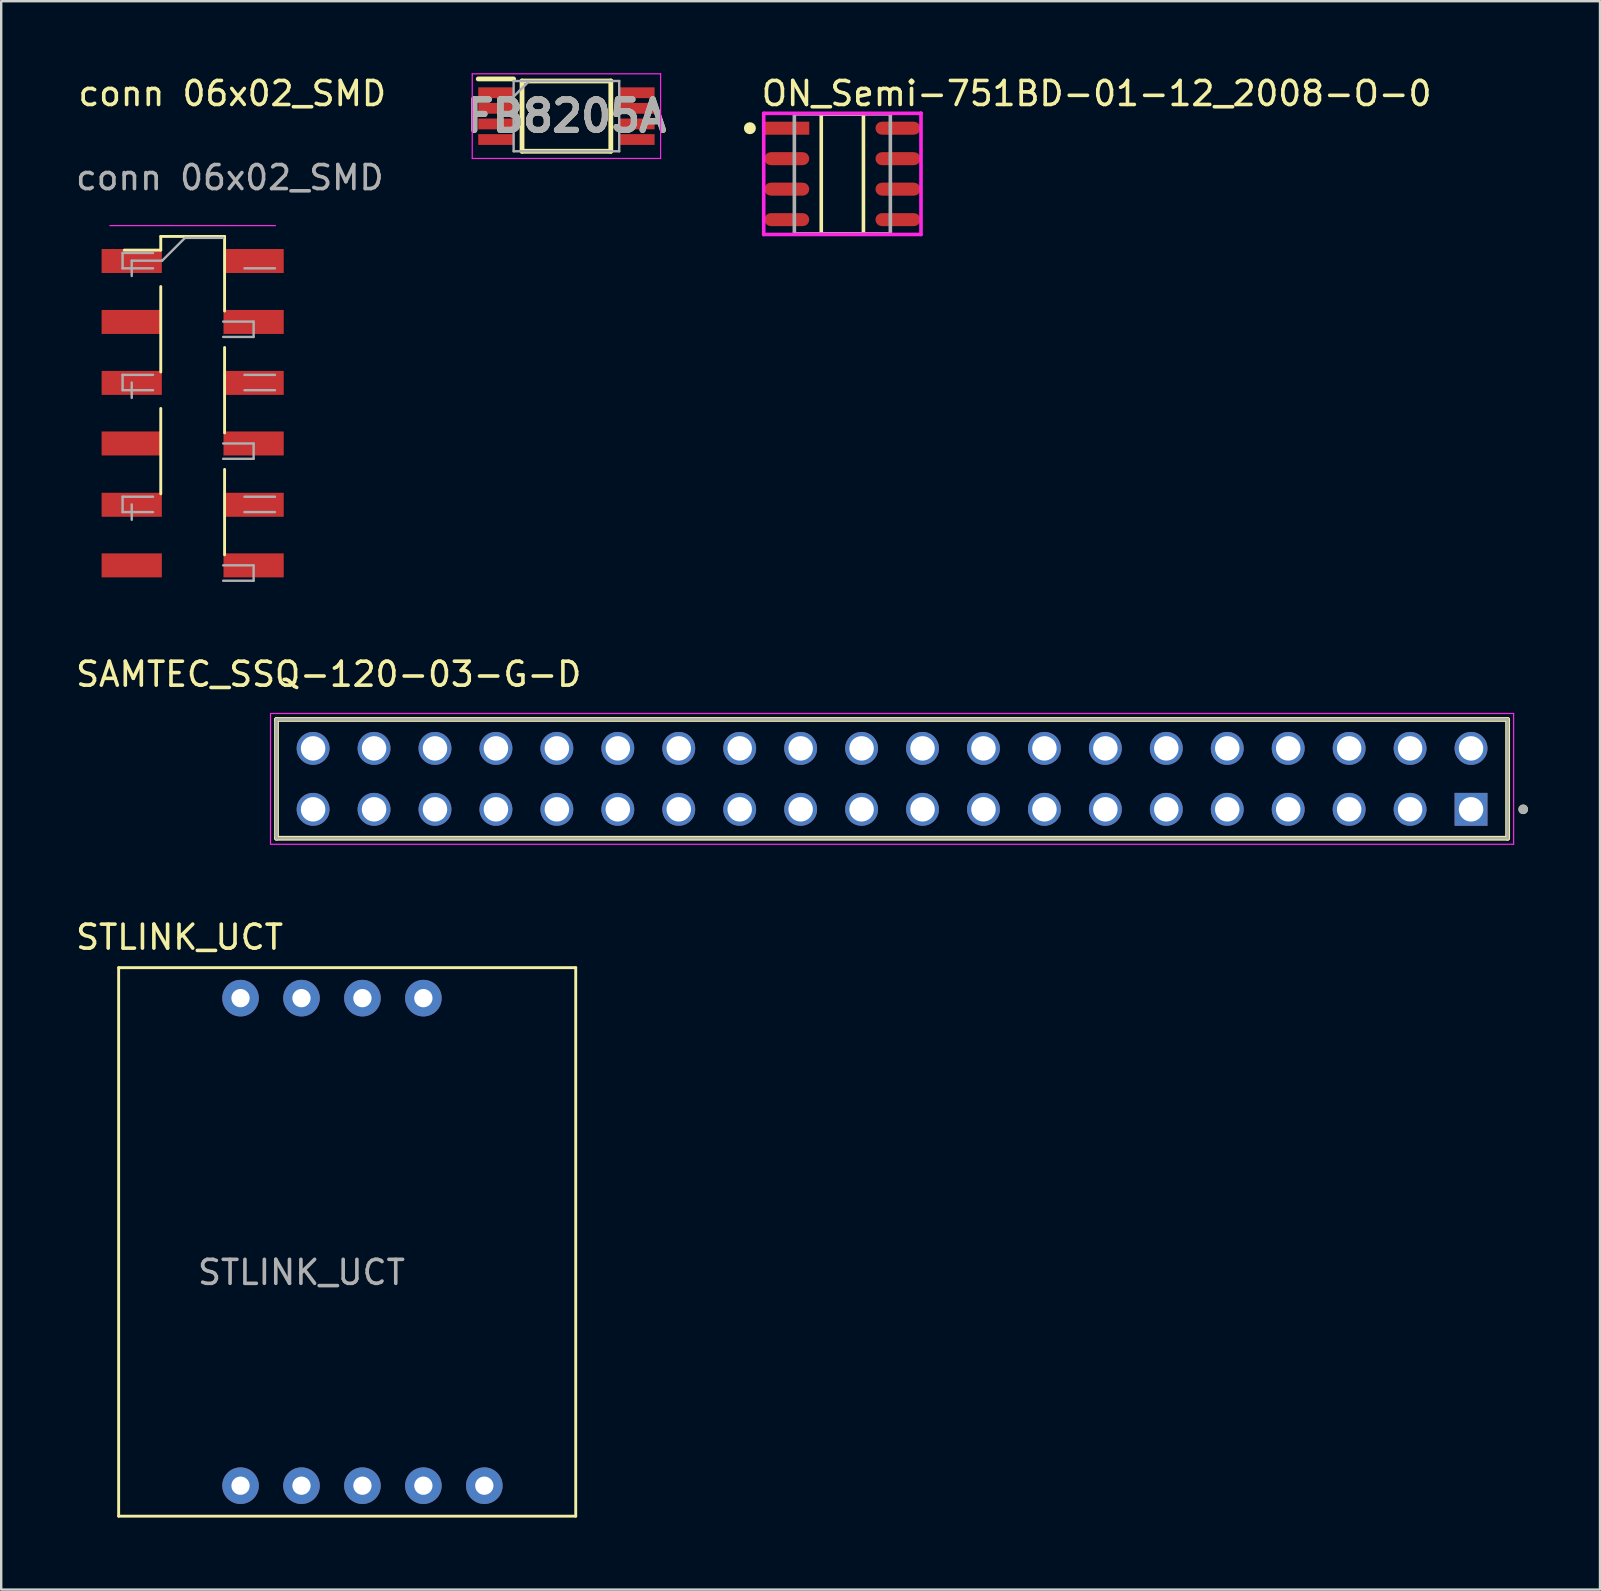
<source format=kicad_pcb>
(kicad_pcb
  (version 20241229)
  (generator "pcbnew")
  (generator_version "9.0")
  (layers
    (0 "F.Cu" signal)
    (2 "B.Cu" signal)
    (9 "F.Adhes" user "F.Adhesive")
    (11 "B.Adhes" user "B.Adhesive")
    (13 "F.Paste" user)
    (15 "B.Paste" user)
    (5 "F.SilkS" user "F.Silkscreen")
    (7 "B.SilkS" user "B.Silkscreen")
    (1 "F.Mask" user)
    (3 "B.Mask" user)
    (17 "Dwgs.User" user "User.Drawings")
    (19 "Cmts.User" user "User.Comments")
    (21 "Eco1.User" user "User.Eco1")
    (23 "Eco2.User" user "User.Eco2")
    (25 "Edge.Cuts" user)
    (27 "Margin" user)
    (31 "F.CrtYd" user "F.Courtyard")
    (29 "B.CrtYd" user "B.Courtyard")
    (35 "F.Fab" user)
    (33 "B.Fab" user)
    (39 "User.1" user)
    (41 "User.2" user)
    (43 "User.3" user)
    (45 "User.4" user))
  (footprint "STLINK_UCT"
    (layer "F.Cu")
    (at 10.785 48.71)
    (property "Reference" "STLINK_UCT" (at -6.35 -12.7 0) (unlocked yes) (layer "F.SilkS") (effects (font (size 1 1) (thickness 0.15))))
    (attr through_hole)
    (fp_line (start -8.89 -11.43) (end 10.16 -11.43) (stroke (width 0.12) (type solid)) (layer "F.SilkS"))
    (fp_line (start -8.89 11.43) (end -8.89 -11.43) (stroke (width 0.12) (type solid)) (layer "F.SilkS"))
    (fp_line (start 10.16 -11.43) (end 10.16 11.43) (stroke (width 0.12) (type solid)) (layer "F.SilkS"))
    (fp_line (start 10.16 11.43) (end -8.89 11.43) (stroke (width 0.12) (type solid)) (layer "F.SilkS"))
    (fp_text user "${REFERENCE}" (at -1.27 1.27 0) (unlocked yes) (layer "F.Fab") (effects (font (size 1 1) (thickness 0.15))))
    (pad "1" thru_hole circle (at 6.35 10.16) (size 1.524 1.524) (drill 0.762) (layers "*.Cu" "*.Mask"))
    (pad "2" thru_hole circle (at 3.81 10.16) (size 1.524 1.524) (drill 0.762) (layers "*.Cu" "*.Mask"))
    (pad "3" thru_hole circle (at 1.27 10.16) (size 1.524 1.524) (drill 0.762) (layers "*.Cu" "*.Mask"))
    (pad "4" thru_hole circle (at -1.27 10.16) (size 1.524 1.524) (drill 0.762) (layers "*.Cu" "*.Mask"))
    (pad "5" thru_hole circle (at -3.81 10.16) (size 1.524 1.524) (drill 0.762) (layers "*.Cu" "*.Mask"))
    (pad "6" thru_hole circle (at 3.81 -10.16) (size 1.524 1.524) (drill 0.762) (layers "*.Cu" "*.Mask"))
    (pad "7" thru_hole circle (at 1.27 -10.16) (size 1.524 1.524) (drill 0.762) (layers "*.Cu" "*.Mask"))
    (pad "8" thru_hole circle (at -1.27 -10.16) (size 1.524 1.524) (drill 0.762) (layers "*.Cu" "*.Mask"))
    (pad "9" thru_hole circle (at -3.81 -10.16) (size 1.524 1.524) (drill 0.762) (layers "*.Cu" "*.Mask")))
  (footprint "FB8205A"
    (layer "F.Cu")
    (at 20.557 1.79)
    (property "Reference" "FB8205A" (at 0 0 0) (layer "F.SilkS") (effects (font (size 1.27 1.27) (thickness 0.254))))
    (attr smd)
    (fp_line (start -3.675 -1.55) (end -2.2 -1.55) (stroke (width 0.2) (type solid)) (layer "F.SilkS"))
    (fp_line (start -1.85 -1.465) (end 1.85 -1.465) (stroke (width 0.2) (type solid)) (layer "F.SilkS"))
    (fp_line (start -1.85 1.465) (end -1.85 -1.465) (stroke (width 0.2) (type solid)) (layer "F.SilkS"))
    (fp_line (start 1.85 -1.465) (end 1.85 1.465) (stroke (width 0.2) (type solid)) (layer "F.SilkS"))
    (fp_line (start 1.85 1.465) (end -1.85 1.465) (stroke (width 0.2) (type solid)) (layer "F.SilkS"))
    (fp_line (start -3.925 -1.765) (end 3.925 -1.765) (stroke (width 0.05) (type solid)) (layer "F.CrtYd"))
    (fp_line (start -3.925 1.765) (end -3.925 -1.765) (stroke (width 0.05) (type solid)) (layer "F.CrtYd"))
    (fp_line (start 3.925 -1.765) (end 3.925 1.765) (stroke (width 0.05) (type solid)) (layer "F.CrtYd"))
    (fp_line (start 3.925 1.765) (end -3.925 1.765) (stroke (width 0.05) (type solid)) (layer "F.CrtYd"))
    (fp_line (start -2.2 -1.465) (end 2.2 -1.465) (stroke (width 0.1) (type solid)) (layer "F.Fab"))
    (fp_line (start -2.2 -0.815) (end -1.55 -1.465) (stroke (width 0.1) (type solid)) (layer "F.Fab"))
    (fp_line (start -2.2 1.465) (end -2.2 -1.465) (stroke (width 0.1) (type solid)) (layer "F.Fab"))
    (fp_line (start 2.2 -1.465) (end 2.2 1.465) (stroke (width 0.1) (type solid)) (layer "F.Fab"))
    (fp_line (start 2.2 1.465) (end -2.2 1.465) (stroke (width 0.1) (type solid)) (layer "F.Fab"))
    (fp_text user "${REFERENCE}" (at 0 0 0) (layer "F.Fab") (effects (font (size 1.27 1.27) (thickness 0.254))))
    (pad "1" smd rect (at -2.938 -0.975 90) (size 0.45 1.475) (layers "F.Cu" "F.Mask" "F.Paste"))
    (pad "2" smd rect (at -2.938 -0.325 90) (size 0.45 1.475) (layers "F.Cu" "F.Mask" "F.Paste"))
    (pad "3" smd rect (at -2.938 0.325 90) (size 0.45 1.475) (layers "F.Cu" "F.Mask" "F.Paste"))
    (pad "4" smd rect (at -2.938 0.975 90) (size 0.45 1.475) (layers "F.Cu" "F.Mask" "F.Paste"))
    (pad "5" smd rect (at 2.938 0.975 90) (size 0.45 1.475) (layers "F.Cu" "F.Mask" "F.Paste"))
    (pad "6" smd rect (at 2.938 0.325 90) (size 0.45 1.475) (layers "F.Cu" "F.Mask" "F.Paste"))
    (pad "7" smd rect (at 2.938 -0.325 90) (size 0.45 1.475) (layers "F.Cu" "F.Mask" "F.Paste"))
    (pad "8" smd rect (at 2.938 -0.975 90) (size 0.45 1.475) (layers "F.Cu" "F.Mask" "F.Paste")))
  (footprint "ON_Semi-751BD-01-12_2008-O-0"
    (layer "F.Cu")
    (at 32.057 4.198)
    (property "Reference" "ON_Semi-751BD-01-12_2008-O-0" (at -3.453 -3.35 0) (layer "F.SilkS") (effects (font (size 1 1) (thickness 0.15)) (justify left)))
    (attr through_hole)
    (fp_line (start -0.879 -2.5) (end 0.879 -2.5) (stroke (width 0.15) (type solid)) (layer "F.SilkS"))
    (fp_line (start -0.879 2.5) (end -0.879 -2.5) (stroke (width 0.15) (type solid)) (layer "F.SilkS"))
    (fp_line (start 0.879 -2.5) (end 0.879 2.5) (stroke (width 0.15) (type solid)) (layer "F.SilkS"))
    (fp_line (start 0.879 2.5) (end -0.879 2.5) (stroke (width 0.15) (type solid)) (layer "F.SilkS"))
    (fp_circle (center -3.853 -1.905) (end -3.728 -1.905) (stroke (width 0.25) (type solid)) (fill no) (layer "F.SilkS"))
    (fp_line (start -3.278 -2.525) (end -3.278 2.525) (stroke (width 0.15) (type solid)) (layer "F.CrtYd"))
    (fp_line (start -3.278 2.525) (end 3.278 2.525) (stroke (width 0.15) (type solid)) (layer "F.CrtYd"))
    (fp_line (start 3.278 -2.525) (end -3.278 -2.525) (stroke (width 0.15) (type solid)) (layer "F.CrtYd"))
    (fp_line (start 3.278 -2.525) (end 3.278 -2.525) (stroke (width 0.15) (type solid)) (layer "F.CrtYd"))
    (fp_line (start 3.278 2.525) (end 3.278 -2.525) (stroke (width 0.15) (type solid)) (layer "F.CrtYd"))
    (fp_line (start -2 -2.5) (end 2 -2.5) (stroke (width 0.15) (type solid)) (layer "F.Fab"))
    (fp_line (start -2 2.5) (end -2 -2.5) (stroke (width 0.15) (type solid)) (layer "F.Fab"))
    (fp_line (start 2 -2.5) (end 2 2.5) (stroke (width 0.15) (type solid)) (layer "F.Fab"))
    (fp_line (start 2 2.5) (end -2 2.5) (stroke (width 0.15) (type solid)) (layer "F.Fab"))
    (pad "1" smd rect (at -2.316 -1.905) (size 1.874 0.543) (layers "F.Cu" "F.Mask" "F.Paste"))
    (pad "2" smd roundrect (at -2.316 -0.635) (size 1.874 0.543) (layers "F.Cu" "F.Mask" "F.Paste") (roundrect_rratio 0.5))
    (pad "3" smd roundrect (at -2.316 0.635) (size 1.874 0.543) (layers "F.Cu" "F.Mask" "F.Paste") (roundrect_rratio 0.5))
    (pad "4" smd roundrect (at -2.316 1.905) (size 1.874 0.543) (layers "F.Cu" "F.Mask" "F.Paste") (roundrect_rratio 0.5))
    (pad "5" smd roundrect (at 2.316 1.905) (size 1.874 0.543) (layers "F.Cu" "F.Mask" "F.Paste") (roundrect_rratio 0.5))
    (pad "6" smd roundrect (at 2.316 0.635) (size 1.874 0.543) (layers "F.Cu" "F.Mask" "F.Paste") (roundrect_rratio 0.5))
    (pad "7" smd roundrect (at 2.316 -0.635) (size 1.874 0.543) (layers "F.Cu" "F.Mask" "F.Paste") (roundrect_rratio 0.5))
    (pad "8" smd roundrect (at 2.316 -1.905) (size 1.874 0.543) (layers "F.Cu" "F.Mask" "F.Paste") (roundrect_rratio 0.5)))
  (footprint "SAMTEC_SSQ-120-03-G-D"
    (layer "F.Cu")
    (at 34.129 29.411)
    (property "Reference" "SAMTEC_SSQ-120-03-G-D" (at -23.48 -4.36 0) (layer "F.SilkS") (effects (font (size 1 1) (thickness 0.15))))
    (attr through_hole)
    (fp_line (start -25.655 2.475) (end -25.655 -2.475) (stroke (width 0.2) (type solid)) (layer "F.SilkS"))
    (fp_line (start 25.655 -2.475) (end -25.655 -2.475) (stroke (width 0.2) (type solid)) (layer "F.SilkS"))
    (fp_line (start 25.655 -2.475) (end 25.655 2.475) (stroke (width 0.2) (type solid)) (layer "F.SilkS"))
    (fp_line (start 25.655 2.475) (end -25.655 2.475) (stroke (width 0.2) (type solid)) (layer "F.SilkS"))
    (fp_circle (center 26.305 1.27) (end 26.405 1.27) (stroke (width 0.2) (type solid)) (fill no) (layer "F.SilkS"))
    (fp_line (start -25.905 -2.725) (end 25.905 -2.725) (stroke (width 0.05) (type solid)) (layer "F.CrtYd"))
    (fp_line (start -25.905 2.725) (end -25.905 -2.725) (stroke (width 0.05) (type solid)) (layer "F.CrtYd"))
    (fp_line (start 25.905 -2.725) (end 25.905 2.725) (stroke (width 0.05) (type solid)) (layer "F.CrtYd"))
    (fp_line (start 25.905 2.725) (end -25.905 2.725) (stroke (width 0.05) (type solid)) (layer "F.CrtYd"))
    (fp_line (start -25.655 -2.475) (end 25.655 -2.475) (stroke (width 0.1) (type solid)) (layer "F.Fab"))
    (fp_line (start -25.655 -2.475) (end 25.655 -2.475) (stroke (width 0.1) (type solid)) (layer "F.Fab"))
    (fp_line (start -25.655 2.475) (end -25.655 -2.475) (stroke (width 0.1) (type solid)) (layer "F.Fab"))
    (fp_line (start -25.655 2.475) (end -25.655 -2.475) (stroke (width 0.1) (type solid)) (layer "F.Fab"))
    (fp_line (start 25.655 -2.475) (end 25.655 2.475) (stroke (width 0.1) (type solid)) (layer "F.Fab"))
    (fp_line (start 25.655 -2.475) (end 25.655 2.475) (stroke (width 0.1) (type solid)) (layer "F.Fab"))
    (fp_line (start 25.655 2.475) (end -25.655 2.475) (stroke (width 0.1) (type solid)) (layer "F.Fab"))
    (fp_circle (center 26.305 1.27) (end 26.405 1.27) (stroke (width 0.2) (type solid)) (fill no) (layer "F.Fab"))
    (pad "01" thru_hole rect (at 24.13 1.27) (size 1.37 1.37) (drill 1.02) (layers "*.Cu" "*.Mask"))
    (pad "02" thru_hole circle (at 24.13 -1.27) (size 1.37 1.37) (drill 1.02) (layers "*.Cu" "*.Mask"))
    (pad "03" thru_hole circle (at 21.59 1.27) (size 1.37 1.37) (drill 1.02) (layers "*.Cu" "*.Mask"))
    (pad "04" thru_hole circle (at 21.59 -1.27) (size 1.37 1.37) (drill 1.02) (layers "*.Cu" "*.Mask"))
    (pad "05" thru_hole circle (at 19.05 1.27) (size 1.37 1.37) (drill 1.02) (layers "*.Cu" "*.Mask"))
    (pad "06" thru_hole circle (at 19.05 -1.27) (size 1.37 1.37) (drill 1.02) (layers "*.Cu" "*.Mask"))
    (pad "07" thru_hole circle (at 16.51 1.27) (size 1.37 1.37) (drill 1.02) (layers "*.Cu" "*.Mask"))
    (pad "08" thru_hole circle (at 16.51 -1.27) (size 1.37 1.37) (drill 1.02) (layers "*.Cu" "*.Mask"))
    (pad "09" thru_hole circle (at 13.97 1.27) (size 1.37 1.37) (drill 1.02) (layers "*.Cu" "*.Mask"))
    (pad "10" thru_hole circle (at 13.97 -1.27) (size 1.37 1.37) (drill 1.02) (layers "*.Cu" "*.Mask"))
    (pad "11" thru_hole circle (at 11.43 1.27) (size 1.37 1.37) (drill 1.02) (layers "*.Cu" "*.Mask"))
    (pad "12" thru_hole circle (at 11.43 -1.27) (size 1.37 1.37) (drill 1.02) (layers "*.Cu" "*.Mask"))
    (pad "13" thru_hole circle (at 8.89 1.27) (size 1.37 1.37) (drill 1.02) (layers "*.Cu" "*.Mask"))
    (pad "14" thru_hole circle (at 8.89 -1.27) (size 1.37 1.37) (drill 1.02) (layers "*.Cu" "*.Mask"))
    (pad "15" thru_hole circle (at 6.35 1.27) (size 1.37 1.37) (drill 1.02) (layers "*.Cu" "*.Mask"))
    (pad "16" thru_hole circle (at 6.35 -1.27) (size 1.37 1.37) (drill 1.02) (layers "*.Cu" "*.Mask"))
    (pad "17" thru_hole circle (at 3.81 1.27) (size 1.37 1.37) (drill 1.02) (layers "*.Cu" "*.Mask"))
    (pad "18" thru_hole circle (at 3.81 -1.27) (size 1.37 1.37) (drill 1.02) (layers "*.Cu" "*.Mask"))
    (pad "19" thru_hole circle (at 1.27 1.27) (size 1.37 1.37) (drill 1.02) (layers "*.Cu" "*.Mask"))
    (pad "20" thru_hole circle (at 1.27 -1.27) (size 1.37 1.37) (drill 1.02) (layers "*.Cu" "*.Mask"))
    (pad "21" thru_hole circle (at -1.27 1.27) (size 1.37 1.37) (drill 1.02) (layers "*.Cu" "*.Mask"))
    (pad "22" thru_hole circle (at -1.27 -1.27) (size 1.37 1.37) (drill 1.02) (layers "*.Cu" "*.Mask"))
    (pad "23" thru_hole circle (at -3.81 1.27) (size 1.37 1.37) (drill 1.02) (layers "*.Cu" "*.Mask"))
    (pad "24" thru_hole circle (at -3.81 -1.27) (size 1.37 1.37) (drill 1.02) (layers "*.Cu" "*.Mask"))
    (pad "25" thru_hole circle (at -6.35 1.27) (size 1.37 1.37) (drill 1.02) (layers "*.Cu" "*.Mask"))
    (pad "26" thru_hole circle (at -6.35 -1.27) (size 1.37 1.37) (drill 1.02) (layers "*.Cu" "*.Mask"))
    (pad "27" thru_hole circle (at -8.89 1.27) (size 1.37 1.37) (drill 1.02) (layers "*.Cu" "*.Mask"))
    (pad "28" thru_hole circle (at -8.89 -1.27) (size 1.37 1.37) (drill 1.02) (layers "*.Cu" "*.Mask"))
    (pad "29" thru_hole circle (at -11.43 1.27) (size 1.37 1.37) (drill 1.02) (layers "*.Cu" "*.Mask"))
    (pad "30" thru_hole circle (at -11.43 -1.27) (size 1.37 1.37) (drill 1.02) (layers "*.Cu" "*.Mask"))
    (pad "31" thru_hole circle (at -13.97 1.27) (size 1.37 1.37) (drill 1.02) (layers "*.Cu" "*.Mask"))
    (pad "32" thru_hole circle (at -13.97 -1.27) (size 1.37 1.37) (drill 1.02) (layers "*.Cu" "*.Mask"))
    (pad "33" thru_hole circle (at -16.51 1.27) (size 1.37 1.37) (drill 1.02) (layers "*.Cu" "*.Mask"))
    (pad "34" thru_hole circle (at -16.51 -1.27) (size 1.37 1.37) (drill 1.02) (layers "*.Cu" "*.Mask"))
    (pad "35" thru_hole circle (at -19.05 1.27) (size 1.37 1.37) (drill 1.02) (layers "*.Cu" "*.Mask"))
    (pad "36" thru_hole circle (at -19.05 -1.27) (size 1.37 1.37) (drill 1.02) (layers "*.Cu" "*.Mask"))
    (pad "37" thru_hole circle (at -21.59 1.27) (size 1.37 1.37) (drill 1.02) (layers "*.Cu" "*.Mask"))
    (pad "38" thru_hole circle (at -21.59 -1.27) (size 1.37 1.37) (drill 1.02) (layers "*.Cu" "*.Mask"))
    (pad "39" thru_hole circle (at -24.13 1.27) (size 1.37 1.37) (drill 1.02) (layers "*.Cu" "*.Mask"))
    (pad "40" thru_hole circle (at -24.13 -1.27) (size 1.37 1.37) (drill 1.02) (layers "*.Cu" "*.Mask")))
  (footprint "conn 06x02_SMD"
    (layer "F.Cu")
    (at 6.631 20.848)
    (property "Reference" "conn 06x02_SMD" (at 0 -20 0) (unlocked yes) (layer "F.SilkS") (effects (font (size 1 1) (thickness 0.15))))
    (attr smd)
    (fp_line (start -2.981 -14.045) (end -2.981 -13.475) (stroke (width 0.12) (type solid)) (layer "F.SilkS"))
    (fp_line (start -2.981 -14.045) (end -0.321 -14.045) (stroke (width 0.12) (type solid)) (layer "F.SilkS"))
    (fp_line (start -2.981 -13.475) (end -4.501 -13.475) (stroke (width 0.12) (type solid)) (layer "F.SilkS"))
    (fp_line (start -2.981 -11.955) (end -2.981 -8.395) (stroke (width 0.12) (type solid)) (layer "F.SilkS"))
    (fp_line (start -2.981 -6.875) (end -2.981 -3.315) (stroke (width 0.12) (type solid)) (layer "F.SilkS"))
    (fp_line (start -0.321 -14.045) (end -0.321 -10.935) (stroke (width 0.12) (type solid)) (layer "F.SilkS"))
    (fp_line (start -0.321 -9.415) (end -0.321 -5.855) (stroke (width 0.12) (type solid)) (layer "F.SilkS"))
    (fp_line (start -0.321 -4.335) (end -0.321 -0.775) (stroke (width 0.12) (type solid)) (layer "F.SilkS"))
    (fp_line (start 1.799 -14.495) (end -5.101 -14.495) (stroke (width 0.05) (type solid)) (layer "F.CrtYd"))
    (fp_line (start -4.572 -13.355) (end -4.572 -12.715) (stroke (width 0.1) (type solid)) (layer "F.Fab"))
    (fp_line (start -4.572 -12.715) (end -3.302 -12.715) (stroke (width 0.1) (type solid)) (layer "F.Fab"))
    (fp_line (start -4.572 -8.275) (end -4.572 -7.635) (stroke (width 0.1) (type solid)) (layer "F.Fab"))
    (fp_line (start -4.572 -7.635) (end -3.302 -7.635) (stroke (width 0.1) (type solid)) (layer "F.Fab"))
    (fp_line (start -4.572 -3.195) (end -4.572 -2.555) (stroke (width 0.1) (type solid)) (layer "F.Fab"))
    (fp_line (start -4.572 -2.555) (end -3.302 -2.555) (stroke (width 0.1) (type solid)) (layer "F.Fab"))
    (fp_line (start -4.191 -13.035) (end -4.191 -12.395) (stroke (width 0.1) (type solid)) (layer "F.Fab"))
    (fp_line (start -4.191 -7.955) (end -4.191 -7.315) (stroke (width 0.1) (type solid)) (layer "F.Fab"))
    (fp_line (start -4.191 -2.875) (end -4.191 -2.235) (stroke (width 0.1) (type solid)) (layer "F.Fab"))
    (fp_line (start -3.302 -13.355) (end -4.572 -13.355) (stroke (width 0.1) (type solid)) (layer "F.Fab"))
    (fp_line (start -3.302 -8.275) (end -4.572 -8.275) (stroke (width 0.1) (type solid)) (layer "F.Fab"))
    (fp_line (start -3.302 -3.195) (end -4.572 -3.195) (stroke (width 0.1) (type solid)) (layer "F.Fab"))
    (fp_line (start -2.921 -13.035) (end -4.191 -13.035) (stroke (width 0.1) (type solid)) (layer "F.Fab"))
    (fp_line (start -2.921 -13.035) (end -1.971 -13.985) (stroke (width 0.1) (type solid)) (layer "F.Fab"))
    (fp_line (start -1.971 -13.985) (end -0.381 -13.985) (stroke (width 0.1) (type solid)) (layer "F.Fab"))
    (fp_line (start -0.381 -10.495) (end 0.889 -10.495) (stroke (width 0.1) (type solid)) (layer "F.Fab"))
    (fp_line (start -0.381 -5.415) (end 0.889 -5.415) (stroke (width 0.1) (type solid)) (layer "F.Fab"))
    (fp_line (start -0.381 -0.335) (end 0.889 -0.335) (stroke (width 0.1) (type solid)) (layer "F.Fab"))
    (fp_line (start 0.508 -12.715) (end 1.778 -12.715) (stroke (width 0.1) (type solid)) (layer "F.Fab"))
    (fp_line (start 0.508 -7.635) (end 1.778 -7.635) (stroke (width 0.1) (type solid)) (layer "F.Fab"))
    (fp_line (start 0.508 -2.555) (end 1.778 -2.555) (stroke (width 0.1) (type solid)) (layer "F.Fab"))
    (fp_line (start 0.889 -10.495) (end 0.889 -9.855) (stroke (width 0.1) (type solid)) (layer "F.Fab"))
    (fp_line (start 0.889 -9.855) (end -0.381 -9.855) (stroke (width 0.1) (type solid)) (layer "F.Fab"))
    (fp_line (start 0.889 -5.415) (end 0.889 -4.775) (stroke (width 0.1) (type solid)) (layer "F.Fab"))
    (fp_line (start 0.889 -4.775) (end -0.381 -4.775) (stroke (width 0.1) (type solid)) (layer "F.Fab"))
    (fp_line (start 0.889 -0.335) (end 0.889 0.305) (stroke (width 0.1) (type solid)) (layer "F.Fab"))
    (fp_line (start 0.889 0.305) (end -0.381 0.305) (stroke (width 0.1) (type solid)) (layer "F.Fab"))
    (fp_line (start 1.778 -8.275) (end 0.508 -8.275) (stroke (width 0.1) (type solid)) (layer "F.Fab"))
    (fp_line (start 1.778 -3.195) (end 0.508 -3.195) (stroke (width 0.1) (type solid)) (layer "F.Fab"))
    (fp_text user "${REFERENCE}" (at -0.101 -16.495 0) (unlocked yes) (layer "F.Fab") (effects (font (size 1 1) (thickness 0.15))))
    (pad "1" smd rect (at -4.191 -13.02) (size 2.51 1) (layers "F.Cu" "F.Mask" "F.Paste"))
    (pad "2" smd rect (at 0.889 -13.02) (size 2.51 1) (layers "F.Cu" "F.Mask" "F.Paste"))
    (pad "3" smd rect (at -4.191 -10.48) (size 2.51 1) (layers "F.Cu" "F.Mask" "F.Paste"))
    (pad "4" smd rect (at 0.889 -10.48) (size 2.51 1) (layers "F.Cu" "F.Mask" "F.Paste"))
    (pad "5" smd rect (at -4.191 -7.94) (size 2.51 1) (layers "F.Cu" "F.Mask" "F.Paste"))
    (pad "6" smd rect (at 0.889 -7.94) (size 2.51 1) (layers "F.Cu" "F.Mask" "F.Paste"))
    (pad "7" smd rect (at -4.191 -5.415) (size 2.51 1) (layers "F.Cu" "F.Mask" "F.Paste"))
    (pad "8" smd rect (at 0.889 -5.415) (size 2.51 1) (layers "F.Cu" "F.Mask" "F.Paste"))
    (pad "9" smd rect (at -4.191 -2.86) (size 2.51 1) (layers "F.Cu" "F.Mask" "F.Paste"))
    (pad "10" smd rect (at 0.889 -2.86) (size 2.51 1) (layers "F.Cu" "F.Mask" "F.Paste"))
    (pad "11" smd rect (at -4.191 -0.335) (size 2.51 1) (layers "F.Cu" "F.Mask" "F.Paste"))
    (pad "12" smd rect (at 0.889 -0.335) (size 2.51 1) (layers "F.Cu" "F.Mask" "F.Paste")))
  (gr_rect
    (start -3 -3)
    (end 63.634 63.2)
    (stroke (width 0.1) (type default))
    (fill no)
    (layer "Edge.Cuts")))
</source>
